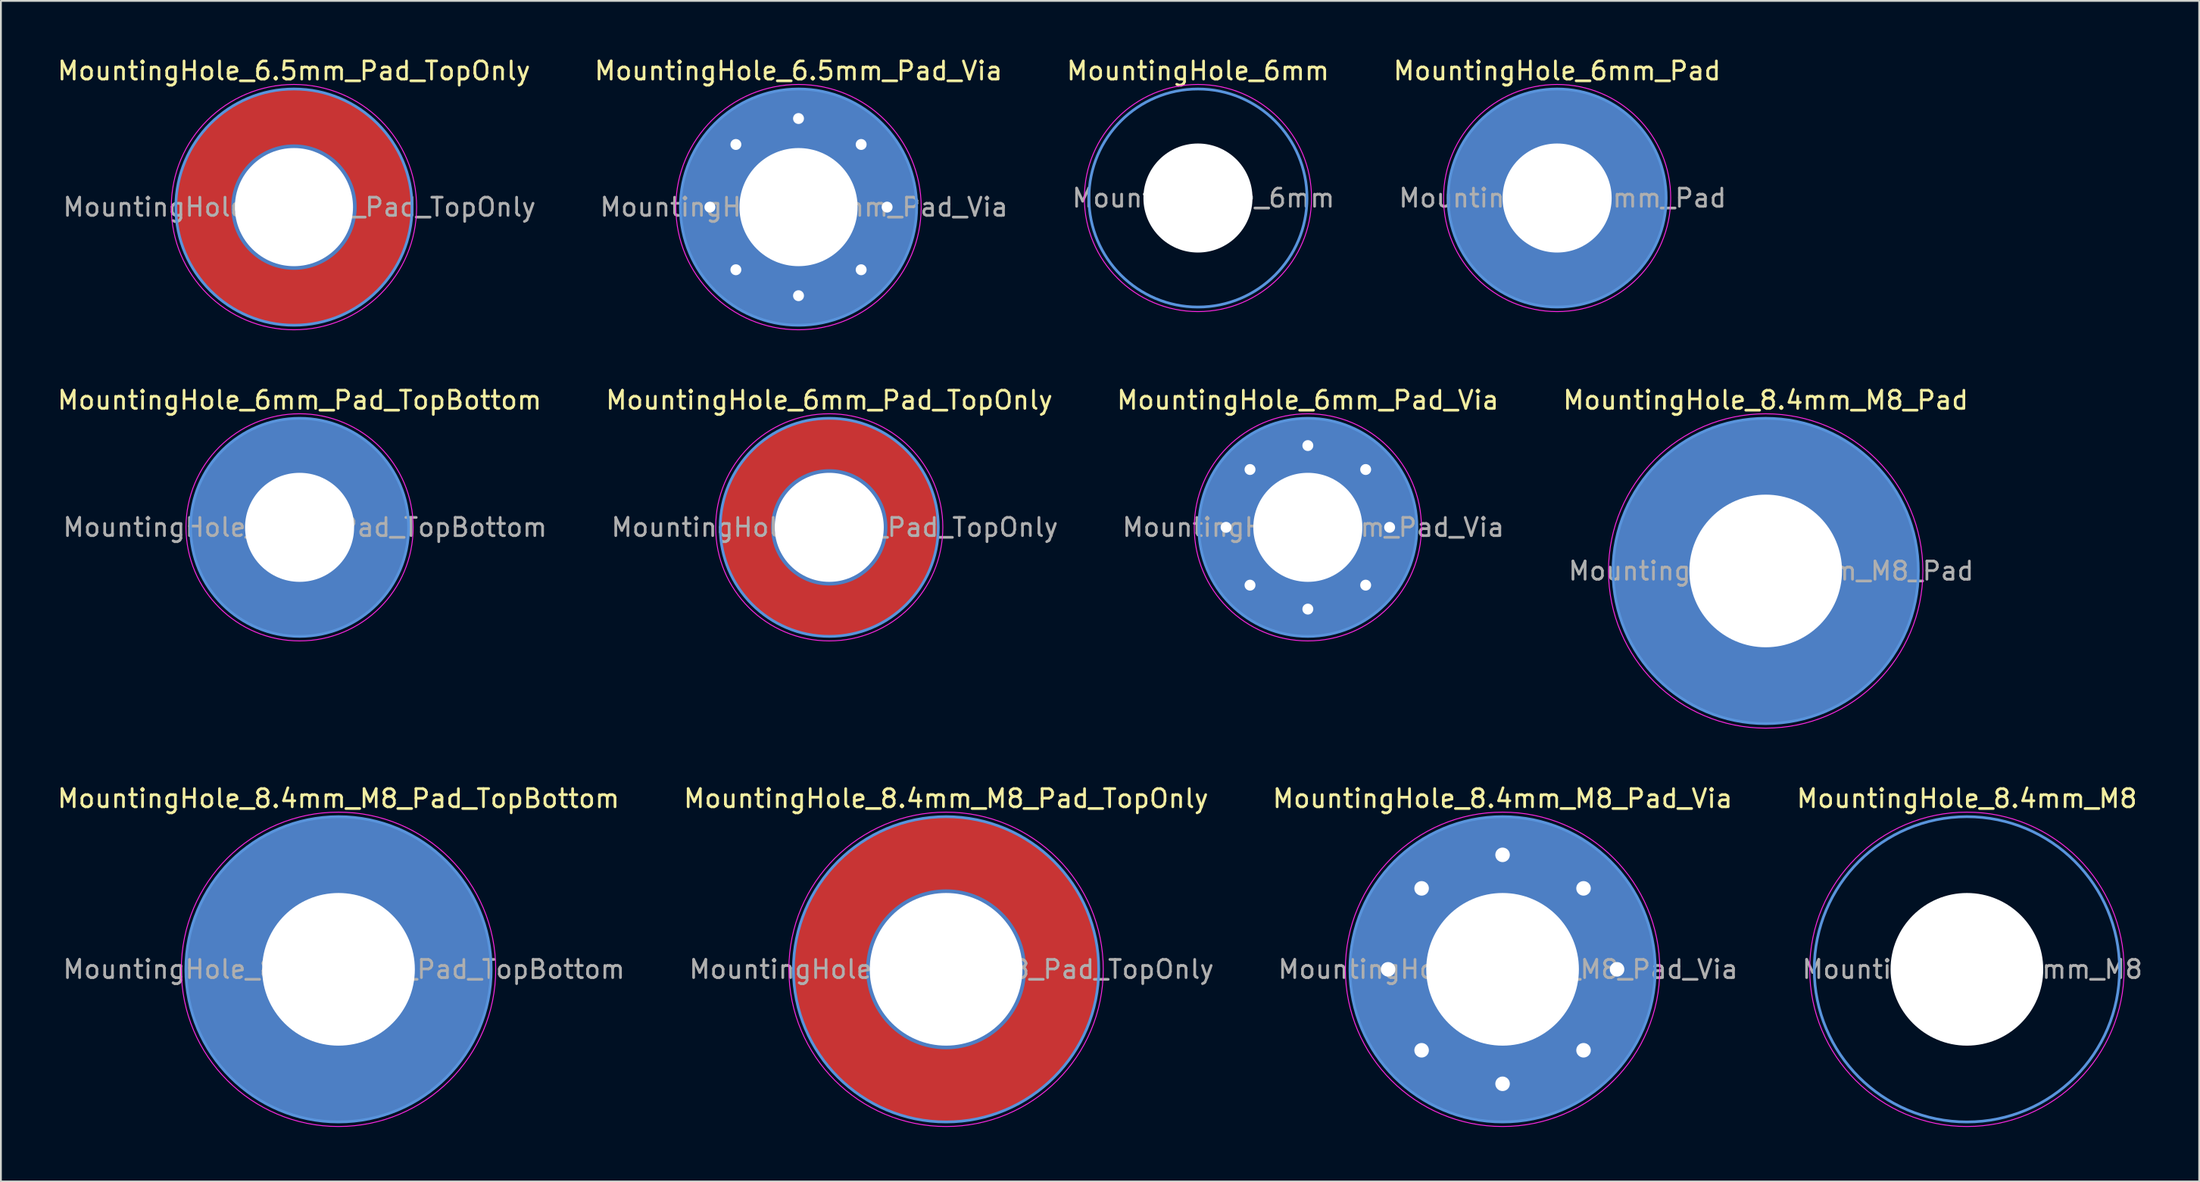
<source format=kicad_pcb>
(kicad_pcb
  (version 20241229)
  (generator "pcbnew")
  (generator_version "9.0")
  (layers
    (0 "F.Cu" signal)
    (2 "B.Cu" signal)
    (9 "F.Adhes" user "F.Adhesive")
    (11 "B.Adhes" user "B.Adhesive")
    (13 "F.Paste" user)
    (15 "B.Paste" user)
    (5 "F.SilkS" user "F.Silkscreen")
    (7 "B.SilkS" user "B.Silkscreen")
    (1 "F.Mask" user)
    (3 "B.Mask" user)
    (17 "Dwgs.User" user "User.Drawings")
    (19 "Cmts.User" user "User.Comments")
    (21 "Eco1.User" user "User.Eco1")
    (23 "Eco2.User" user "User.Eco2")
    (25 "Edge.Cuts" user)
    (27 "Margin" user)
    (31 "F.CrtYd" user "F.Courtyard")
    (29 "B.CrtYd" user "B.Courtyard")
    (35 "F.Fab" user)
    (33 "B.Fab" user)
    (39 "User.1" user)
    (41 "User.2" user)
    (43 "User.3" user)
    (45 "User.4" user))
  (footprint "MountingHole_6mm"
    (layer "F.Cu")
    (at 62.868 7.848)
    (property "Reference" "MountingHole_6mm" (at 0 -7 0) (layer "F.SilkS") (effects (font (size 1 1) (thickness 0.15))))
    (attr exclude_from_pos_files exclude_from_bom)
    (fp_circle (center 0 0) (end 6 0) (stroke (width 0.15) (type solid)) (fill no) (layer "Cmts.User"))
    (fp_circle (center 0 0) (end 6.25 0) (stroke (width 0.05) (type solid)) (fill no) (layer "F.CrtYd"))
    (fp_text user "${REFERENCE}" (at 0.3 0 0) (layer "F.Fab") (effects (font (size 1 1) (thickness 0.15))))
    (pad "" np_thru_hole circle (at 0 0) (size 6 6) (drill 6) (layers "*.Cu" "*.Mask")))
  (footprint "MountingHole_6mm_Pad_TopBottom"
    (layer "F.Cu")
    (at 13.435 25.971)
    (property "Reference" "MountingHole_6mm_Pad_TopBottom" (at 0 -7 0) (layer "F.SilkS") (effects (font (size 1 1) (thickness 0.15))))
    (attr exclude_from_pos_files exclude_from_bom)
    (fp_circle (center 0 0) (end 6 0) (stroke (width 0.15) (type solid)) (fill no) (layer "Cmts.User"))
    (fp_circle (center 0 0) (end 6.25 0) (stroke (width 0.05) (type solid)) (fill no) (layer "F.CrtYd"))
    (fp_text user "${REFERENCE}" (at 0.3 0 0) (layer "F.Fab") (effects (font (size 1 1) (thickness 0.15))))
    (pad "1" thru_hole circle (at 0 0) (size 6.4 6.4) (drill 6) (layers "*.Cu" "*.Mask"))
    (pad "1" connect circle (at 0 0) (size 12 12) (layers "F.Cu" "F.Mask"))
    (pad "1" connect circle (at 0 0) (size 12 12) (layers "B.Cu" "B.Mask")))
  (footprint "MountingHole_8.4mm_M8_Pad_TopOnly"
    (layer "F.Cu")
    (at 49.008 50.295)
    (property "Reference" "MountingHole_8.4mm_M8_Pad_TopOnly" (at 0 -9.4 0) (layer "F.SilkS") (effects (font (size 1 1) (thickness 0.15))))
    (attr exclude_from_pos_files exclude_from_bom)
    (fp_circle (center 0 0) (end 8.4 0) (stroke (width 0.15) (type solid)) (fill no) (layer "Cmts.User"))
    (fp_circle (center 0 0) (end 8.65 0) (stroke (width 0.05) (type solid)) (fill no) (layer "F.CrtYd"))
    (fp_text user "${REFERENCE}" (at 0.3 0 0) (layer "F.Fab") (effects (font (size 1 1) (thickness 0.15))))
    (pad "1" thru_hole circle (at 0 0) (size 8.8 8.8) (drill 8.4) (layers "*.Cu" "*.Mask"))
    (pad "1" connect circle (at 0 0) (size 16.8 16.8) (layers "F.Cu" "F.Mask")))
  (footprint "MountingHole_8.4mm_M8_Pad_Via"
    (layer "F.Cu")
    (at 79.63 50.295)
    (property "Reference" "MountingHole_8.4mm_M8_Pad_Via" (at 0 -9.4 0) (layer "F.SilkS") (effects (font (size 1 1) (thickness 0.15))))
    (attr exclude_from_pos_files exclude_from_bom)
    (fp_circle (center 0 0) (end 8.4 0) (stroke (width 0.15) (type solid)) (fill no) (layer "Cmts.User"))
    (fp_circle (center 0 0) (end 8.65 0) (stroke (width 0.05) (type solid)) (fill no) (layer "F.CrtYd"))
    (fp_text user "${REFERENCE}" (at 0.3 0 0) (layer "F.Fab") (effects (font (size 1 1) (thickness 0.15))))
    (pad "1" thru_hole circle (at -6.3 0) (size 1.1 1.1) (drill 0.8) (layers "*.Cu" "*.Mask"))
    (pad "1" thru_hole circle (at -4.455 -4.455) (size 1.1 1.1) (drill 0.8) (layers "*.Cu" "*.Mask"))
    (pad "1" thru_hole circle (at -4.455 4.455) (size 1.1 1.1) (drill 0.8) (layers "*.Cu" "*.Mask"))
    (pad "1" thru_hole circle (at 0 -6.3) (size 1.1 1.1) (drill 0.8) (layers "*.Cu" "*.Mask"))
    (pad "1" thru_hole circle (at 0 0) (size 16.8 16.8) (drill 8.4) (layers "*.Cu" "*.Mask"))
    (pad "1" thru_hole circle (at 0 6.3) (size 1.1 1.1) (drill 0.8) (layers "*.Cu" "*.Mask"))
    (pad "1" thru_hole circle (at 4.455 -4.455) (size 1.1 1.1) (drill 0.8) (layers "*.Cu" "*.Mask"))
    (pad "1" thru_hole circle (at 4.455 4.455) (size 1.1 1.1) (drill 0.8) (layers "*.Cu" "*.Mask"))
    (pad "1" thru_hole circle (at 6.3 0) (size 1.1 1.1) (drill 0.8) (layers "*.Cu" "*.Mask")))
  (footprint "MountingHole_8.4mm_M8_Pad"
    (layer "F.Cu")
    (at 94.108 28.372)
    (property "Reference" "MountingHole_8.4mm_M8_Pad" (at 0 -9.4 0) (layer "F.SilkS") (effects (font (size 1 1) (thickness 0.15))))
    (attr exclude_from_pos_files exclude_from_bom)
    (fp_circle (center 0 0) (end 8.4 0) (stroke (width 0.15) (type solid)) (fill no) (layer "Cmts.User"))
    (fp_circle (center 0 0) (end 8.65 0) (stroke (width 0.05) (type solid)) (fill no) (layer "F.CrtYd"))
    (fp_text user "${REFERENCE}" (at 0.3 0 0) (layer "F.Fab") (effects (font (size 1 1) (thickness 0.15))))
    (pad "1" thru_hole circle (at 0 0) (size 16.8 16.8) (drill 8.4) (layers "*.Cu" "*.Mask")))
  (footprint "MountingHole_8.4mm_M8"
    (layer "F.Cu")
    (at 105.18 50.295)
    (property "Reference" "MountingHole_8.4mm_M8" (at 0 -9.4 0) (layer "F.SilkS") (effects (font (size 1 1) (thickness 0.15))))
    (attr exclude_from_pos_files exclude_from_bom)
    (fp_circle (center 0 0) (end 8.4 0) (stroke (width 0.15) (type solid)) (fill no) (layer "Cmts.User"))
    (fp_circle (center 0 0) (end 8.65 0) (stroke (width 0.05) (type solid)) (fill no) (layer "F.CrtYd"))
    (fp_text user "${REFERENCE}" (at 0.3 0 0) (layer "F.Fab") (effects (font (size 1 1) (thickness 0.15))))
    (pad "" np_thru_hole circle (at 0 0) (size 8.4 8.4) (drill 8.4) (layers "*.Cu" "*.Mask")))
  (footprint "MountingHole_8.4mm_M8_Pad_TopBottom"
    (layer "F.Cu")
    (at 15.577 50.295)
    (property "Reference" "MountingHole_8.4mm_M8_Pad_TopBottom" (at 0 -9.4 0) (layer "F.SilkS") (effects (font (size 1 1) (thickness 0.15))))
    (attr exclude_from_pos_files exclude_from_bom)
    (fp_circle (center 0 0) (end 8.4 0) (stroke (width 0.15) (type solid)) (fill no) (layer "Cmts.User"))
    (fp_circle (center 0 0) (end 8.65 0) (stroke (width 0.05) (type solid)) (fill no) (layer "F.CrtYd"))
    (fp_text user "${REFERENCE}" (at 0.3 0 0) (layer "F.Fab") (effects (font (size 1 1) (thickness 0.15))))
    (pad "1" thru_hole circle (at 0 0) (size 8.8 8.8) (drill 8.4) (layers "*.Cu" "*.Mask"))
    (pad "1" connect circle (at 0 0) (size 16.8 16.8) (layers "F.Cu" "F.Mask"))
    (pad "1" connect circle (at 0 0) (size 16.8 16.8) (layers "B.Cu" "B.Mask")))
  (footprint "MountingHole_6mm_Pad"
    (layer "F.Cu")
    (at 82.632 7.848)
    (property "Reference" "MountingHole_6mm_Pad" (at 0 -7 0) (layer "F.SilkS") (effects (font (size 1 1) (thickness 0.15))))
    (attr exclude_from_pos_files exclude_from_bom)
    (fp_circle (center 0 0) (end 6 0) (stroke (width 0.15) (type solid)) (fill no) (layer "Cmts.User"))
    (fp_circle (center 0 0) (end 6.25 0) (stroke (width 0.05) (type solid)) (fill no) (layer "F.CrtYd"))
    (fp_text user "${REFERENCE}" (at 0.3 0 0) (layer "F.Fab") (effects (font (size 1 1) (thickness 0.15))))
    (pad "1" thru_hole circle (at 0 0) (size 12 12) (drill 6) (layers "*.Cu" "*.Mask")))
  (footprint "MountingHole_6mm_Pad_TopOnly"
    (layer "F.Cu")
    (at 42.58 25.971)
    (property "Reference" "MountingHole_6mm_Pad_TopOnly" (at 0 -7 0) (layer "F.SilkS") (effects (font (size 1 1) (thickness 0.15))))
    (attr exclude_from_pos_files exclude_from_bom)
    (fp_circle (center 0 0) (end 6 0) (stroke (width 0.15) (type solid)) (fill no) (layer "Cmts.User"))
    (fp_circle (center 0 0) (end 6.25 0) (stroke (width 0.05) (type solid)) (fill no) (layer "F.CrtYd"))
    (fp_text user "${REFERENCE}" (at 0.3 0 0) (layer "F.Fab") (effects (font (size 1 1) (thickness 0.15))))
    (pad "1" thru_hole circle (at 0 0) (size 6.4 6.4) (drill 6) (layers "*.Cu" "*.Mask"))
    (pad "1" connect circle (at 0 0) (size 12 12) (layers "F.Cu" "F.Mask")))
  (footprint "MountingHole_6.5mm_Pad_TopOnly"
    (layer "F.Cu")
    (at 13.125 8.348)
    (property "Reference" "MountingHole_6.5mm_Pad_TopOnly" (at 0 -7.5 0) (layer "F.SilkS") (effects (font (size 1 1) (thickness 0.15))))
    (attr exclude_from_pos_files exclude_from_bom)
    (fp_circle (center 0 0) (end 6.5 0) (stroke (width 0.15) (type solid)) (fill no) (layer "Cmts.User"))
    (fp_circle (center 0 0) (end 6.75 0) (stroke (width 0.05) (type solid)) (fill no) (layer "F.CrtYd"))
    (fp_text user "${REFERENCE}" (at 0.3 0 0) (layer "F.Fab") (effects (font (size 1 1) (thickness 0.15))))
    (pad "1" thru_hole circle (at 0 0) (size 6.9 6.9) (drill 6.5) (layers "*.Cu" "*.Mask"))
    (pad "1" connect circle (at 0 0) (size 13 13) (layers "F.Cu" "F.Mask")))
  (footprint "MountingHole_6mm_Pad_Via"
    (layer "F.Cu")
    (at 68.915 25.971)
    (property "Reference" "MountingHole_6mm_Pad_Via" (at 0 -7 0) (layer "F.SilkS") (effects (font (size 1 1) (thickness 0.15))))
    (attr exclude_from_pos_files exclude_from_bom)
    (fp_circle (center 0 0) (end 6 0) (stroke (width 0.15) (type solid)) (fill no) (layer "Cmts.User"))
    (fp_circle (center 0 0) (end 6.25 0) (stroke (width 0.05) (type solid)) (fill no) (layer "F.CrtYd"))
    (fp_text user "${REFERENCE}" (at 0.3 0 0) (layer "F.Fab") (effects (font (size 1 1) (thickness 0.15))))
    (pad "1" thru_hole circle (at -4.5 0) (size 0.9 0.9) (drill 0.6) (layers "*.Cu" "*.Mask"))
    (pad "1" thru_hole circle (at -3.182 -3.182) (size 0.9 0.9) (drill 0.6) (layers "*.Cu" "*.Mask"))
    (pad "1" thru_hole circle (at -3.182 3.182) (size 0.9 0.9) (drill 0.6) (layers "*.Cu" "*.Mask"))
    (pad "1" thru_hole circle (at 0 -4.5) (size 0.9 0.9) (drill 0.6) (layers "*.Cu" "*.Mask"))
    (pad "1" thru_hole circle (at 0 0) (size 12 12) (drill 6) (layers "*.Cu" "*.Mask"))
    (pad "1" thru_hole circle (at 0 4.5) (size 0.9 0.9) (drill 0.6) (layers "*.Cu" "*.Mask"))
    (pad "1" thru_hole circle (at 3.182 -3.182) (size 0.9 0.9) (drill 0.6) (layers "*.Cu" "*.Mask"))
    (pad "1" thru_hole circle (at 3.182 3.182) (size 0.9 0.9) (drill 0.6) (layers "*.Cu" "*.Mask"))
    (pad "1" thru_hole circle (at 4.5 0) (size 0.9 0.9) (drill 0.6) (layers "*.Cu" "*.Mask")))
  (footprint "MountingHole_6.5mm_Pad_Via"
    (layer "F.Cu")
    (at 40.889 8.348)
    (property "Reference" "MountingHole_6.5mm_Pad_Via" (at 0 -7.5 0) (layer "F.SilkS") (effects (font (size 1 1) (thickness 0.15))))
    (attr exclude_from_pos_files exclude_from_bom)
    (fp_circle (center 0 0) (end 6.5 0) (stroke (width 0.15) (type solid)) (fill no) (layer "Cmts.User"))
    (fp_circle (center 0 0) (end 6.75 0) (stroke (width 0.05) (type solid)) (fill no) (layer "F.CrtYd"))
    (fp_text user "${REFERENCE}" (at 0.3 0 0) (layer "F.Fab") (effects (font (size 1 1) (thickness 0.15))))
    (pad "1" thru_hole circle (at -4.875 0) (size 0.9 0.9) (drill 0.6) (layers "*.Cu" "*.Mask"))
    (pad "1" thru_hole circle (at -3.447 -3.447) (size 0.9 0.9) (drill 0.6) (layers "*.Cu" "*.Mask"))
    (pad "1" thru_hole circle (at -3.447 3.447) (size 0.9 0.9) (drill 0.6) (layers "*.Cu" "*.Mask"))
    (pad "1" thru_hole circle (at 0 -4.875) (size 0.9 0.9) (drill 0.6) (layers "*.Cu" "*.Mask"))
    (pad "1" thru_hole circle (at 0 0) (size 13 13) (drill 6.5) (layers "*.Cu" "*.Mask"))
    (pad "1" thru_hole circle (at 0 4.875) (size 0.9 0.9) (drill 0.6) (layers "*.Cu" "*.Mask"))
    (pad "1" thru_hole circle (at 3.447 -3.447) (size 0.9 0.9) (drill 0.6) (layers "*.Cu" "*.Mask"))
    (pad "1" thru_hole circle (at 3.447 3.447) (size 0.9 0.9) (drill 0.6) (layers "*.Cu" "*.Mask"))
    (pad "1" thru_hole circle (at 4.875 0) (size 0.9 0.9) (drill 0.6) (layers "*.Cu" "*.Mask")))
  (gr_rect
    (start -3 -3)
    (end 117.962 61.97)
    (stroke (width 0.1) (type default))
    (fill no)
    (layer "Edge.Cuts")))
</source>
